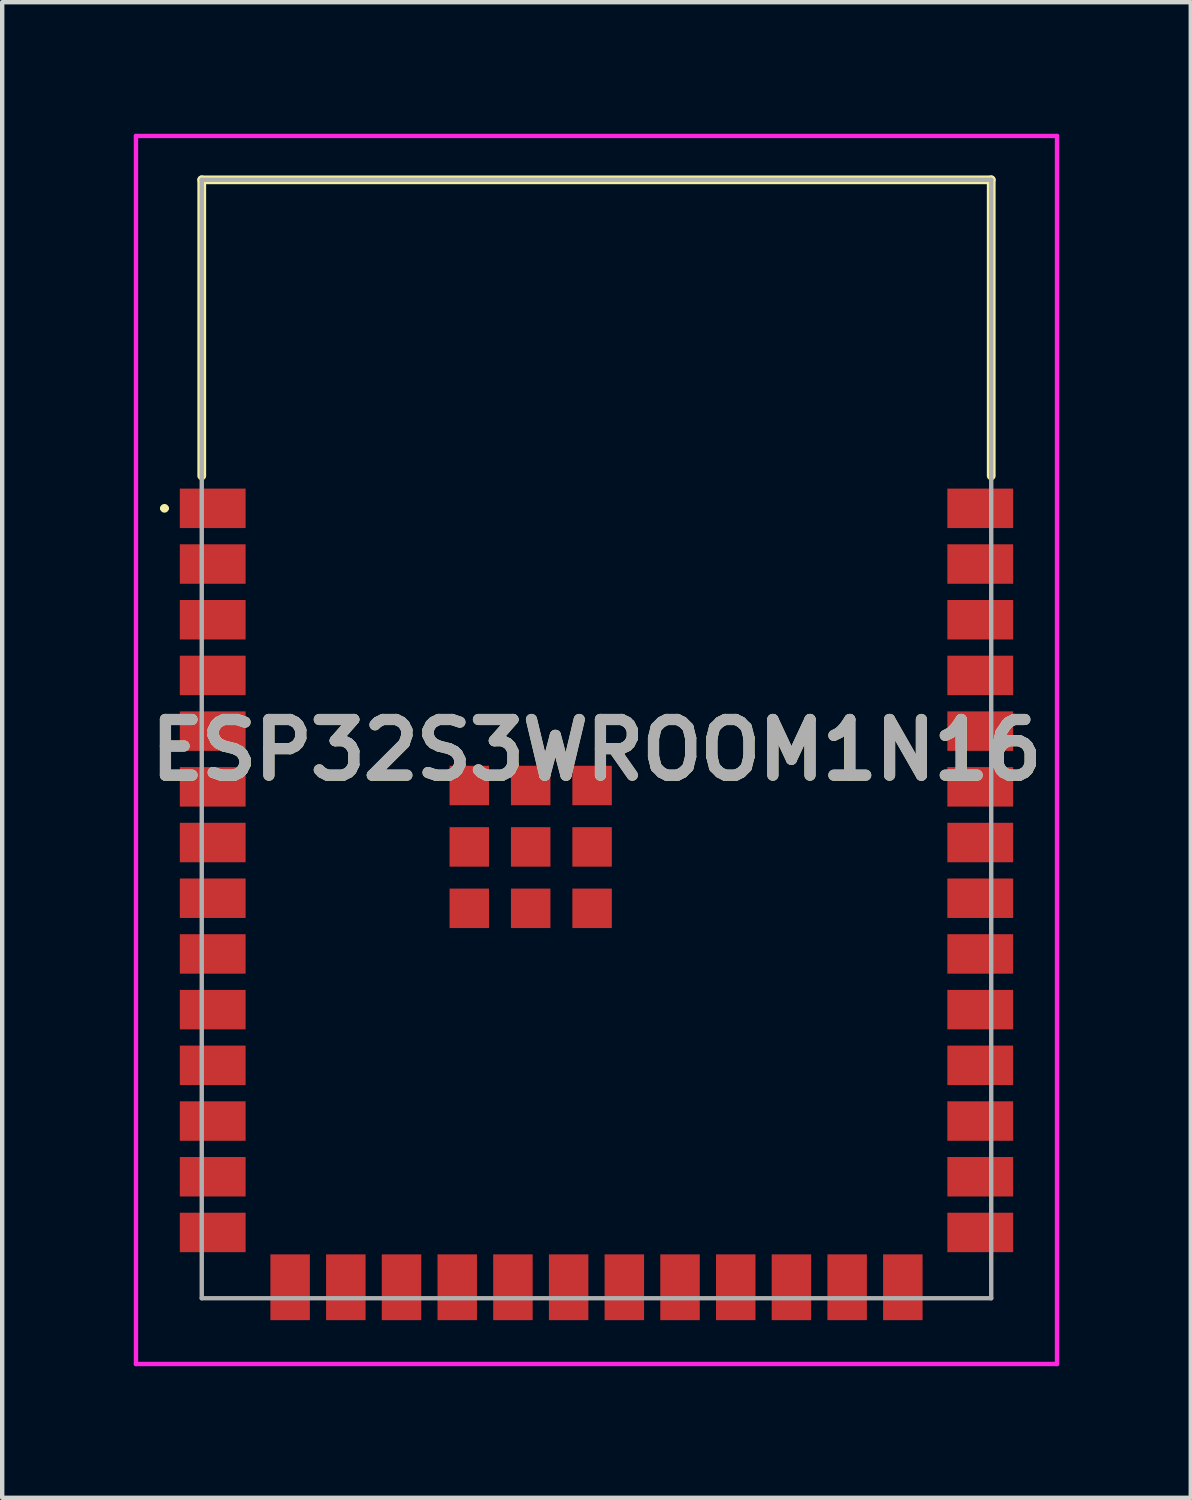
<source format=kicad_pcb>
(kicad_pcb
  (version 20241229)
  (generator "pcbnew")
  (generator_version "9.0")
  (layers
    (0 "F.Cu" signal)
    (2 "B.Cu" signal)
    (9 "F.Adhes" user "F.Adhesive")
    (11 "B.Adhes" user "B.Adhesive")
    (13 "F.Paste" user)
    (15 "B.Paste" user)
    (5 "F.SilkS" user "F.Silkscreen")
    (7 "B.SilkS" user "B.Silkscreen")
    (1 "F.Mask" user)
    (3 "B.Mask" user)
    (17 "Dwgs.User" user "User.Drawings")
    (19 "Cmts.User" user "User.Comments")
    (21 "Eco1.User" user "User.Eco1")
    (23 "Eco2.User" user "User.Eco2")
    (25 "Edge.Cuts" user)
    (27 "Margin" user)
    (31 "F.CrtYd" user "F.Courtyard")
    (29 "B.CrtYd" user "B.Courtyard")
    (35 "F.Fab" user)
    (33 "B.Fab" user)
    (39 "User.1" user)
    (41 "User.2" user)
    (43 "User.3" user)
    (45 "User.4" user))
  (footprint "ESP32S3WROOM1N16"
    (layer "F.Cu")
    (at 10.55 13.8)
    (property "Reference" "ESP32S3WROOM1N16" (at 0 0.25 0) (layer "F.SilkS") (effects (font (size 1.27 1.27) (thickness 0.254))))
    (attr smd)
    (fp_line (start -9.9 -5.26) (end -9.9 -5.26) (stroke (width 0.1) (type solid)) (layer "F.SilkS"))
    (fp_line (start -9.8 -5.26) (end -9.8 -5.26) (stroke (width 0.1) (type solid)) (layer "F.SilkS"))
    (fp_line (start -9 -12.75) (end -9 -6) (stroke (width 0.2) (type solid)) (layer "F.SilkS"))
    (fp_line (start 9 -12.75) (end -9 -12.75) (stroke (width 0.2) (type solid)) (layer "F.SilkS"))
    (fp_line (start 9 -6) (end 9 -12.75) (stroke (width 0.2) (type solid)) (layer "F.SilkS"))
    (fp_arc (start -9.9 -5.26) (mid -9.85 -5.31) (end -9.8 -5.26) (stroke (width 0.1) (type solid)) (layer "F.SilkS"))
    (fp_arc (start -9.8 -5.26) (mid -9.85 -5.21) (end -9.9 -5.26) (stroke (width 0.1) (type solid)) (layer "F.SilkS"))
    (fp_line (start -10.5 -13.75) (end 10.5 -13.75) (stroke (width 0.1) (type solid)) (layer "F.CrtYd"))
    (fp_line (start -10.5 14.25) (end -10.5 -13.75) (stroke (width 0.1) (type solid)) (layer "F.CrtYd"))
    (fp_line (start 10.5 -13.75) (end 10.5 14.25) (stroke (width 0.1) (type solid)) (layer "F.CrtYd"))
    (fp_line (start 10.5 14.25) (end -10.5 14.25) (stroke (width 0.1) (type solid)) (layer "F.CrtYd"))
    (fp_line (start -9 -12.75) (end -9 12.75) (stroke (width 0.1) (type solid)) (layer "F.Fab"))
    (fp_line (start -9 12.75) (end 9 12.75) (stroke (width 0.1) (type solid)) (layer "F.Fab"))
    (fp_line (start 9 -12.75) (end -9 -12.75) (stroke (width 0.1) (type solid)) (layer "F.Fab"))
    (fp_line (start 9 12.75) (end 9 -12.75) (stroke (width 0.1) (type solid)) (layer "F.Fab"))
    (fp_text user "${REFERENCE}" (at 0 0.25 0) (layer "F.Fab") (effects (font (size 1.27 1.27) (thickness 0.254))))
    (pad "1" smd rect (at -8.75 -5.26 90) (size 0.9 1.5) (layers "F.Cu" "F.Mask" "F.Paste"))
    (pad "2" smd rect (at -8.75 -3.99 90) (size 0.9 1.5) (layers "F.Cu" "F.Mask" "F.Paste"))
    (pad "3" smd rect (at -8.75 -2.72 90) (size 0.9 1.5) (layers "F.Cu" "F.Mask" "F.Paste"))
    (pad "4" smd rect (at -8.75 -1.45 90) (size 0.9 1.5) (layers "F.Cu" "F.Mask" "F.Paste"))
    (pad "5" smd rect (at -8.75 -0.18 90) (size 0.9 1.5) (layers "F.Cu" "F.Mask" "F.Paste"))
    (pad "6" smd rect (at -8.75 1.09 90) (size 0.9 1.5) (layers "F.Cu" "F.Mask" "F.Paste"))
    (pad "7" smd rect (at -8.75 2.36 90) (size 0.9 1.5) (layers "F.Cu" "F.Mask" "F.Paste"))
    (pad "8" smd rect (at -8.75 3.63 90) (size 0.9 1.5) (layers "F.Cu" "F.Mask" "F.Paste"))
    (pad "9" smd rect (at -8.75 4.9 90) (size 0.9 1.5) (layers "F.Cu" "F.Mask" "F.Paste"))
    (pad "10" smd rect (at -8.75 6.17 90) (size 0.9 1.5) (layers "F.Cu" "F.Mask" "F.Paste"))
    (pad "11" smd rect (at -8.75 7.44 90) (size 0.9 1.5) (layers "F.Cu" "F.Mask" "F.Paste"))
    (pad "12" smd rect (at -8.75 8.71 90) (size 0.9 1.5) (layers "F.Cu" "F.Mask" "F.Paste"))
    (pad "13" smd rect (at -8.75 9.98 90) (size 0.9 1.5) (layers "F.Cu" "F.Mask" "F.Paste"))
    (pad "14" smd rect (at -8.75 11.25 90) (size 0.9 1.5) (layers "F.Cu" "F.Mask" "F.Paste"))
    (pad "15" smd rect (at -6.985 12.5) (size 0.9 1.5) (layers "F.Cu" "F.Mask" "F.Paste"))
    (pad "16" smd rect (at -5.715 12.5) (size 0.9 1.5) (layers "F.Cu" "F.Mask" "F.Paste"))
    (pad "17" smd rect (at -4.445 12.5) (size 0.9 1.5) (layers "F.Cu" "F.Mask" "F.Paste"))
    (pad "18" smd rect (at -3.175 12.5) (size 0.9 1.5) (layers "F.Cu" "F.Mask" "F.Paste"))
    (pad "19" smd rect (at -1.905 12.5) (size 0.9 1.5) (layers "F.Cu" "F.Mask" "F.Paste"))
    (pad "20" smd rect (at -0.635 12.5) (size 0.9 1.5) (layers "F.Cu" "F.Mask" "F.Paste"))
    (pad "21" smd rect (at 0.635 12.5) (size 0.9 1.5) (layers "F.Cu" "F.Mask" "F.Paste"))
    (pad "22" smd rect (at 1.905 12.5) (size 0.9 1.5) (layers "F.Cu" "F.Mask" "F.Paste"))
    (pad "23" smd rect (at 3.175 12.5) (size 0.9 1.5) (layers "F.Cu" "F.Mask" "F.Paste"))
    (pad "24" smd rect (at 4.445 12.5) (size 0.9 1.5) (layers "F.Cu" "F.Mask" "F.Paste"))
    (pad "25" smd rect (at 5.715 12.5) (size 0.9 1.5) (layers "F.Cu" "F.Mask" "F.Paste"))
    (pad "26" smd rect (at 6.985 12.5) (size 0.9 1.5) (layers "F.Cu" "F.Mask" "F.Paste"))
    (pad "27" smd rect (at 8.75 11.25 90) (size 0.9 1.5) (layers "F.Cu" "F.Mask" "F.Paste"))
    (pad "28" smd rect (at 8.75 9.98 90) (size 0.9 1.5) (layers "F.Cu" "F.Mask" "F.Paste"))
    (pad "29" smd rect (at 8.75 8.71 90) (size 0.9 1.5) (layers "F.Cu" "F.Mask" "F.Paste"))
    (pad "30" smd rect (at 8.75 7.44 90) (size 0.9 1.5) (layers "F.Cu" "F.Mask" "F.Paste"))
    (pad "31" smd rect (at 8.75 6.17 90) (size 0.9 1.5) (layers "F.Cu" "F.Mask" "F.Paste"))
    (pad "32" smd rect (at 8.75 4.9 90) (size 0.9 1.5) (layers "F.Cu" "F.Mask" "F.Paste"))
    (pad "33" smd rect (at 8.75 3.63 90) (size 0.9 1.5) (layers "F.Cu" "F.Mask" "F.Paste"))
    (pad "34" smd rect (at 8.75 2.36 90) (size 0.9 1.5) (layers "F.Cu" "F.Mask" "F.Paste"))
    (pad "35" smd rect (at 8.75 1.09 90) (size 0.9 1.5) (layers "F.Cu" "F.Mask" "F.Paste"))
    (pad "36" smd rect (at 8.75 -0.18 90) (size 0.9 1.5) (layers "F.Cu" "F.Mask" "F.Paste"))
    (pad "37" smd rect (at 8.75 -1.45 90) (size 0.9 1.5) (layers "F.Cu" "F.Mask" "F.Paste"))
    (pad "38" smd rect (at 8.75 -2.72 90) (size 0.9 1.5) (layers "F.Cu" "F.Mask" "F.Paste"))
    (pad "39" smd rect (at 8.75 -3.99 90) (size 0.9 1.5) (layers "F.Cu" "F.Mask" "F.Paste"))
    (pad "40" smd rect (at 8.75 -5.26 90) (size 0.9 1.5) (layers "F.Cu" "F.Mask" "F.Paste"))
    (pad "41" smd rect (at -1.5 2.46 90) (size 0.9 0.9) (layers "F.Cu" "F.Mask" "F.Paste"))
    (pad "42" smd rect (at -1.5 1.06 90) (size 0.9 0.9) (layers "F.Cu" "F.Mask" "F.Paste"))
    (pad "43" smd rect (at -2.9 1.06 90) (size 0.9 0.9) (layers "F.Cu" "F.Mask" "F.Paste"))
    (pad "44" smd rect (at -2.9 2.46 90) (size 0.9 0.9) (layers "F.Cu" "F.Mask" "F.Paste"))
    (pad "45" smd rect (at -2.9 3.86 90) (size 0.9 0.9) (layers "F.Cu" "F.Mask" "F.Paste"))
    (pad "46" smd rect (at -1.5 3.86 90) (size 0.9 0.9) (layers "F.Cu" "F.Mask" "F.Paste"))
    (pad "47" smd rect (at -0.1 3.86 90) (size 0.9 0.9) (layers "F.Cu" "F.Mask" "F.Paste"))
    (pad "48" smd rect (at -0.1 2.46 90) (size 0.9 0.9) (layers "F.Cu" "F.Mask" "F.Paste"))
    (pad "49" smd rect (at -0.1 1.06 90) (size 0.9 0.9) (layers "F.Cu" "F.Mask" "F.Paste")))
  (gr_rect
    (start -3 -3)
    (end 24.1 31.1)
    (stroke (width 0.1) (type default))
    (fill no)
    (layer "Edge.Cuts")))
</source>
